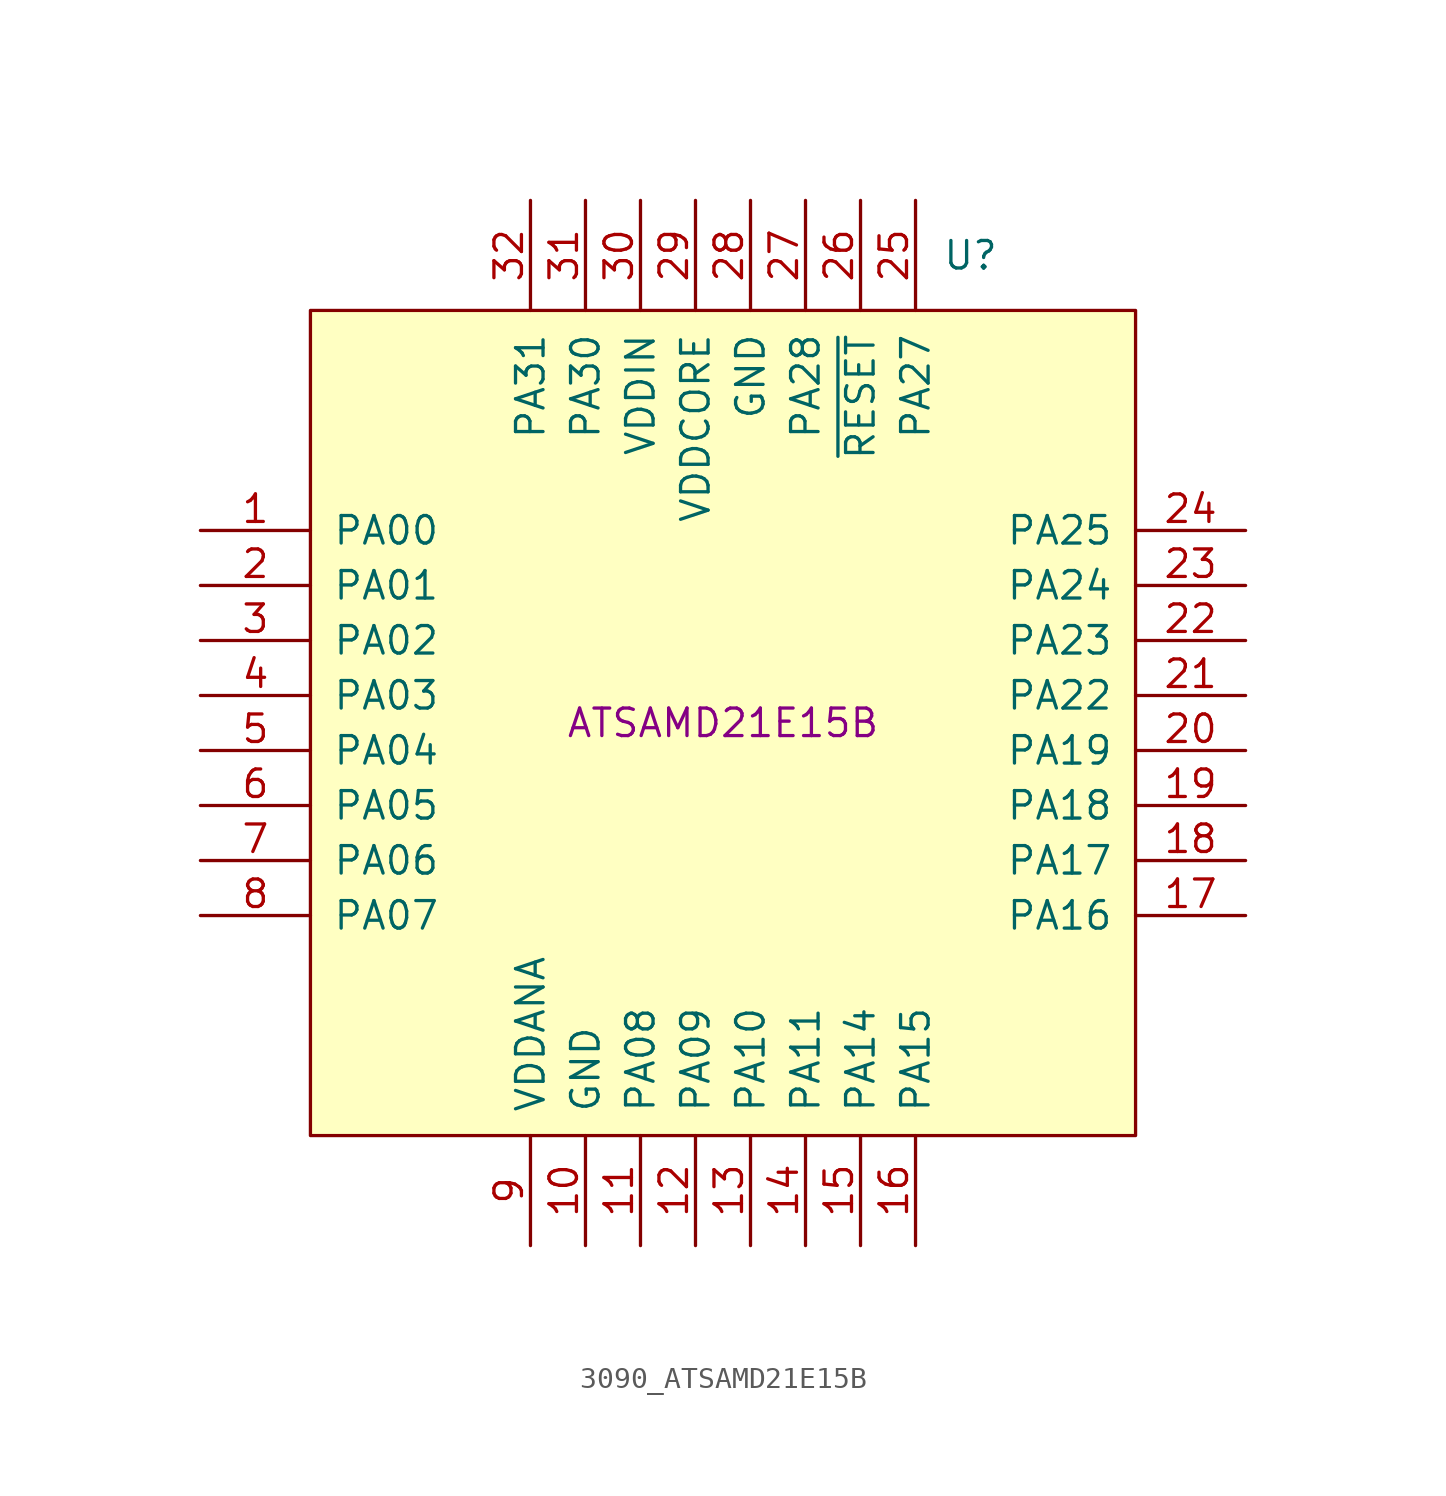
<source format=kicad_sym>
(kicad_symbol_lib
  (version 20211014)
  (generator kicad_symbol_editor)
  (symbol "3090_ATSAMD21E15B"
    (pin_names
      (offset 1.016))
    (property "Reference" "U"
      (at 11.43 21.59 0)
      (effects (font (size 1.27 1.27))))
    (property "Val" "ATSAMD21E15B"
      (at 0 0 0)
      (effects (font (size 1.27 1.27))))
    (symbol "3090_ATSAMD21E15B_0_1"
      (rectangle (start -19.05 19.05) (end 19.05 -19.05) (stroke (width 0) (type default) (color 0 0 0 0)) (fill (type background))))
    (symbol "3090_ATSAMD21E15B_1_1"
      (pin bidirectional line (at -24.13 8.89 0) (length 5.08) (name "PA00" (effects (font (size 1.27 1.27)))) (number "1" (effects (font (size 1.27 1.27)))))
      (pin power_in line (at -6.35 -24.13 90) (length 5.08) (name "GND" (effects (font (size 1.27 1.27)))) (number "10" (effects (font (size 1.27 1.27)))))
      (pin bidirectional line (at -3.81 -24.13 90) (length 5.08) (name "PA08" (effects (font (size 1.27 1.27)))) (number "11" (effects (font (size 1.27 1.27)))))
      (pin bidirectional line (at -1.27 -24.13 90) (length 5.08) (name "PA09" (effects (font (size 1.27 1.27)))) (number "12" (effects (font (size 1.27 1.27)))))
      (pin bidirectional line (at 1.27 -24.13 90) (length 5.08) (name "PA10" (effects (font (size 1.27 1.27)))) (number "13" (effects (font (size 1.27 1.27)))))
      (pin bidirectional line (at 3.81 -24.13 90) (length 5.08) (name "PA11" (effects (font (size 1.27 1.27)))) (number "14" (effects (font (size 1.27 1.27)))))
      (pin bidirectional line (at 6.35 -24.13 90) (length 5.08) (name "PA14" (effects (font (size 1.27 1.27)))) (number "15" (effects (font (size 1.27 1.27)))))
      (pin bidirectional line (at 8.89 -24.13 90) (length 5.08) (name "PA15" (effects (font (size 1.27 1.27)))) (number "16" (effects (font (size 1.27 1.27)))))
      (pin bidirectional line (at 24.13 -8.89 180) (length 5.08) (name "PA16" (effects (font (size 1.27 1.27)))) (number "17" (effects (font (size 1.27 1.27)))))
      (pin bidirectional line (at 24.13 -6.35 180) (length 5.08) (name "PA17" (effects (font (size 1.27 1.27)))) (number "18" (effects (font (size 1.27 1.27)))))
      (pin bidirectional line (at 24.13 -3.81 180) (length 5.08) (name "PA18" (effects (font (size 1.27 1.27)))) (number "19" (effects (font (size 1.27 1.27)))))
      (pin bidirectional line (at -24.13 6.35 0) (length 5.08) (name "PA01" (effects (font (size 1.27 1.27)))) (number "2" (effects (font (size 1.27 1.27)))))
      (pin bidirectional line (at 24.13 -1.27 180) (length 5.08) (name "PA19" (effects (font (size 1.27 1.27)))) (number "20" (effects (font (size 1.27 1.27)))))
      (pin bidirectional line (at 24.13 1.27 180) (length 5.08) (name "PA22" (effects (font (size 1.27 1.27)))) (number "21" (effects (font (size 1.27 1.27)))))
      (pin bidirectional line (at 24.13 3.81 180) (length 5.08) (name "PA23" (effects (font (size 1.27 1.27)))) (number "22" (effects (font (size 1.27 1.27)))))
      (pin bidirectional line (at 24.13 6.35 180) (length 5.08) (name "PA24" (effects (font (size 1.27 1.27)))) (number "23" (effects (font (size 1.27 1.27)))))
      (pin bidirectional line (at 24.13 8.89 180) (length 5.08) (name "PA25" (effects (font (size 1.27 1.27)))) (number "24" (effects (font (size 1.27 1.27)))))
      (pin bidirectional line (at 8.89 24.13 270) (length 5.08) (name "PA27" (effects (font (size 1.27 1.27)))) (number "25" (effects (font (size 1.27 1.27)))))
      (pin input line (at 6.35 24.13 270) (length 5.08) (name "~{RESET}" (effects (font (size 1.27 1.27)))) (number "26" (effects (font (size 1.27 1.27)))))
      (pin bidirectional line (at 3.81 24.13 270) (length 5.08) (name "PA28" (effects (font (size 1.27 1.27)))) (number "27" (effects (font (size 1.27 1.27)))))
      (pin input line (at 1.27 24.13 270) (length 5.08) (name "GND" (effects (font (size 1.27 1.27)))) (number "28" (effects (font (size 1.27 1.27)))))
      (pin power_in line (at -1.27 24.13 270) (length 5.08) (name "VDDCORE" (effects (font (size 1.27 1.27)))) (number "29" (effects (font (size 1.27 1.27)))))
      (pin bidirectional line (at -24.13 3.81 0) (length 5.08) (name "PA02" (effects (font (size 1.27 1.27)))) (number "3" (effects (font (size 1.27 1.27)))))
      (pin power_in line (at -3.81 24.13 270) (length 5.08) (name "VDDIN" (effects (font (size 1.27 1.27)))) (number "30" (effects (font (size 1.27 1.27)))))
      (pin bidirectional line (at -6.35 24.13 270) (length 5.08) (name "PA30" (effects (font (size 1.27 1.27)))) (number "31" (effects (font (size 1.27 1.27)))))
      (pin bidirectional line (at -8.89 24.13 270) (length 5.08) (name "PA31" (effects (font (size 1.27 1.27)))) (number "32" (effects (font (size 1.27 1.27)))))
      (pin bidirectional line (at -24.13 1.27 0) (length 5.08) (name "PA03" (effects (font (size 1.27 1.27)))) (number "4" (effects (font (size 1.27 1.27)))))
      (pin bidirectional line (at -24.13 -1.27 0) (length 5.08) (name "PA04" (effects (font (size 1.27 1.27)))) (number "5" (effects (font (size 1.27 1.27)))))
      (pin bidirectional line (at -24.13 -3.81 0) (length 5.08) (name "PA05" (effects (font (size 1.27 1.27)))) (number "6" (effects (font (size 1.27 1.27)))))
      (pin bidirectional line (at -24.13 -6.35 0) (length 5.08) (name "PA06" (effects (font (size 1.27 1.27)))) (number "7" (effects (font (size 1.27 1.27)))))
      (pin bidirectional line (at -24.13 -8.89 0) (length 5.08) (name "PA07" (effects (font (size 1.27 1.27)))) (number "8" (effects (font (size 1.27 1.27)))))
      (pin power_in line (at -8.89 -24.13 90) (length 5.08) (name "VDDANA" (effects (font (size 1.27 1.27)))) (number "9" (effects (font (size 1.27 1.27))))))))
</source>
